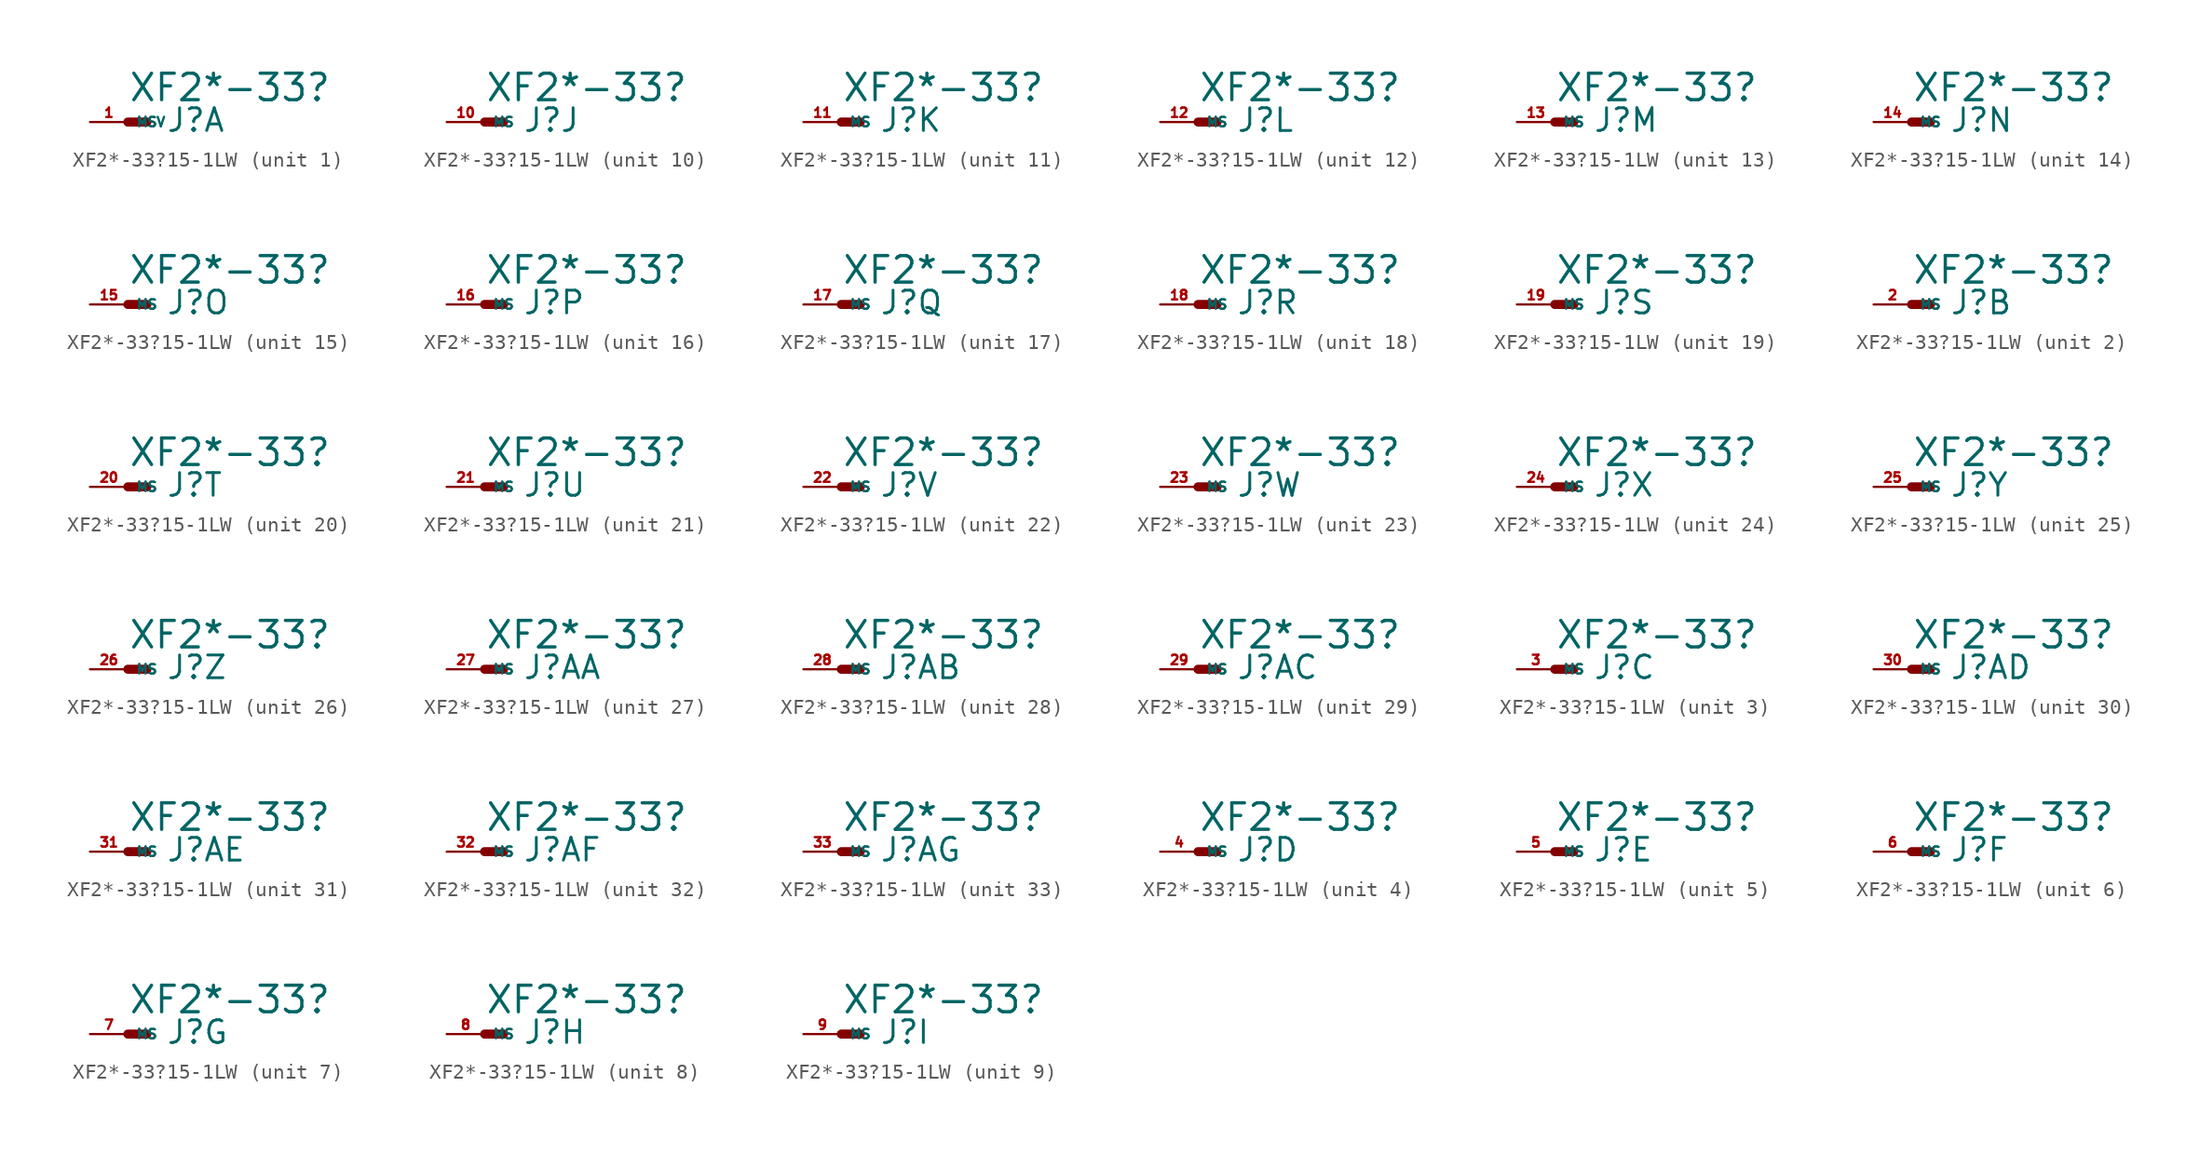
<source format=kicad_sym>
(kicad_symbol_lib
  (version 20220914)
  (generator Eagle2Kicad)
  (symbol "XF2*-33?15-1LW"
    (property "Reference" "J"
      (at 2.54 -0.762 0)
      (effects (font (size 1.524 1.524) (thickness 0.19)) (justify left bottom)))
    (property "Value" "XF2*-33?"
      (at 0 1.27 0)
      (effects (font (size 1.778 1.778) (thickness 0.22)) (justify left bottom)))
    (symbol "XF2*-33?15-1LW_1_0"
      (polyline (pts (xy 0 0) (xy 1.27 0)) (stroke (width 0.61) (type default)) (fill (type none)))
      (pin passive line (at -2.54 0 0) (length 2.54) (name "MSV" (effects (font (size 0.635 0.635) (thickness 0.08)) (justify left bottom))) (number "1" (effects (font (size 0.635 0.635) (thickness 0.08)) (justify left bottom)))))
    (symbol "XF2*-33?15-1LW_2_0"
      (polyline (pts (xy 0 0) (xy 1.27 0)) (stroke (width 0.61) (type default)) (fill (type none)))
      (pin passive line (at -2.54 0 0) (length 2.54) (name "MS" (effects (font (size 0.635 0.635) (thickness 0.08)) (justify left bottom))) (number "2" (effects (font (size 0.635 0.635) (thickness 0.08)) (justify left bottom)))))
    (symbol "XF2*-33?15-1LW_3_0"
      (polyline (pts (xy 0 0) (xy 1.27 0)) (stroke (width 0.61) (type default)) (fill (type none)))
      (pin passive line (at -2.54 0 0) (length 2.54) (name "MS" (effects (font (size 0.635 0.635) (thickness 0.08)) (justify left bottom))) (number "3" (effects (font (size 0.635 0.635) (thickness 0.08)) (justify left bottom)))))
    (symbol "XF2*-33?15-1LW_4_0"
      (polyline (pts (xy 0 0) (xy 1.27 0)) (stroke (width 0.61) (type default)) (fill (type none)))
      (pin passive line (at -2.54 0 0) (length 2.54) (name "MS" (effects (font (size 0.635 0.635) (thickness 0.08)) (justify left bottom))) (number "4" (effects (font (size 0.635 0.635) (thickness 0.08)) (justify left bottom)))))
    (symbol "XF2*-33?15-1LW_5_0"
      (polyline (pts (xy 0 0) (xy 1.27 0)) (stroke (width 0.61) (type default)) (fill (type none)))
      (pin passive line (at -2.54 0 0) (length 2.54) (name "MS" (effects (font (size 0.635 0.635) (thickness 0.08)) (justify left bottom))) (number "5" (effects (font (size 0.635 0.635) (thickness 0.08)) (justify left bottom)))))
    (symbol "XF2*-33?15-1LW_6_0"
      (polyline (pts (xy 0 0) (xy 1.27 0)) (stroke (width 0.61) (type default)) (fill (type none)))
      (pin passive line (at -2.54 0 0) (length 2.54) (name "MS" (effects (font (size 0.635 0.635) (thickness 0.08)) (justify left bottom))) (number "6" (effects (font (size 0.635 0.635) (thickness 0.08)) (justify left bottom)))))
    (symbol "XF2*-33?15-1LW_7_0"
      (polyline (pts (xy 0 0) (xy 1.27 0)) (stroke (width 0.61) (type default)) (fill (type none)))
      (pin passive line (at -2.54 0 0) (length 2.54) (name "MS" (effects (font (size 0.635 0.635) (thickness 0.08)) (justify left bottom))) (number "7" (effects (font (size 0.635 0.635) (thickness 0.08)) (justify left bottom)))))
    (symbol "XF2*-33?15-1LW_8_0"
      (polyline (pts (xy 0 0) (xy 1.27 0)) (stroke (width 0.61) (type default)) (fill (type none)))
      (pin passive line (at -2.54 0 0) (length 2.54) (name "MS" (effects (font (size 0.635 0.635) (thickness 0.08)) (justify left bottom))) (number "8" (effects (font (size 0.635 0.635) (thickness 0.08)) (justify left bottom)))))
    (symbol "XF2*-33?15-1LW_9_0"
      (polyline (pts (xy 0 0) (xy 1.27 0)) (stroke (width 0.61) (type default)) (fill (type none)))
      (pin passive line (at -2.54 0 0) (length 2.54) (name "MS" (effects (font (size 0.635 0.635) (thickness 0.08)) (justify left bottom))) (number "9" (effects (font (size 0.635 0.635) (thickness 0.08)) (justify left bottom)))))
    (symbol "XF2*-33?15-1LW_10_0"
      (polyline (pts (xy 0 0) (xy 1.27 0)) (stroke (width 0.61) (type default)) (fill (type none)))
      (pin passive line (at -2.54 0 0) (length 2.54) (name "MS" (effects (font (size 0.635 0.635) (thickness 0.08)) (justify left bottom))) (number "10" (effects (font (size 0.635 0.635) (thickness 0.08)) (justify left bottom)))))
    (symbol "XF2*-33?15-1LW_11_0"
      (polyline (pts (xy 0 0) (xy 1.27 0)) (stroke (width 0.61) (type default)) (fill (type none)))
      (pin passive line (at -2.54 0 0) (length 2.54) (name "MS" (effects (font (size 0.635 0.635) (thickness 0.08)) (justify left bottom))) (number "11" (effects (font (size 0.635 0.635) (thickness 0.08)) (justify left bottom)))))
    (symbol "XF2*-33?15-1LW_12_0"
      (polyline (pts (xy 0 0) (xy 1.27 0)) (stroke (width 0.61) (type default)) (fill (type none)))
      (pin passive line (at -2.54 0 0) (length 2.54) (name "MS" (effects (font (size 0.635 0.635) (thickness 0.08)) (justify left bottom))) (number "12" (effects (font (size 0.635 0.635) (thickness 0.08)) (justify left bottom)))))
    (symbol "XF2*-33?15-1LW_13_0"
      (polyline (pts (xy 0 0) (xy 1.27 0)) (stroke (width 0.61) (type default)) (fill (type none)))
      (pin passive line (at -2.54 0 0) (length 2.54) (name "MS" (effects (font (size 0.635 0.635) (thickness 0.08)) (justify left bottom))) (number "13" (effects (font (size 0.635 0.635) (thickness 0.08)) (justify left bottom)))))
    (symbol "XF2*-33?15-1LW_14_0"
      (polyline (pts (xy 0 0) (xy 1.27 0)) (stroke (width 0.61) (type default)) (fill (type none)))
      (pin passive line (at -2.54 0 0) (length 2.54) (name "MS" (effects (font (size 0.635 0.635) (thickness 0.08)) (justify left bottom))) (number "14" (effects (font (size 0.635 0.635) (thickness 0.08)) (justify left bottom)))))
    (symbol "XF2*-33?15-1LW_15_0"
      (polyline (pts (xy 0 0) (xy 1.27 0)) (stroke (width 0.61) (type default)) (fill (type none)))
      (pin passive line (at -2.54 0 0) (length 2.54) (name "MS" (effects (font (size 0.635 0.635) (thickness 0.08)) (justify left bottom))) (number "15" (effects (font (size 0.635 0.635) (thickness 0.08)) (justify left bottom)))))
    (symbol "XF2*-33?15-1LW_16_0"
      (polyline (pts (xy 0 0) (xy 1.27 0)) (stroke (width 0.61) (type default)) (fill (type none)))
      (pin passive line (at -2.54 0 0) (length 2.54) (name "MS" (effects (font (size 0.635 0.635) (thickness 0.08)) (justify left bottom))) (number "16" (effects (font (size 0.635 0.635) (thickness 0.08)) (justify left bottom)))))
    (symbol "XF2*-33?15-1LW_17_0"
      (polyline (pts (xy 0 0) (xy 1.27 0)) (stroke (width 0.61) (type default)) (fill (type none)))
      (pin passive line (at -2.54 0 0) (length 2.54) (name "MS" (effects (font (size 0.635 0.635) (thickness 0.08)) (justify left bottom))) (number "17" (effects (font (size 0.635 0.635) (thickness 0.08)) (justify left bottom)))))
    (symbol "XF2*-33?15-1LW_18_0"
      (polyline (pts (xy 0 0) (xy 1.27 0)) (stroke (width 0.61) (type default)) (fill (type none)))
      (pin passive line (at -2.54 0 0) (length 2.54) (name "MS" (effects (font (size 0.635 0.635) (thickness 0.08)) (justify left bottom))) (number "18" (effects (font (size 0.635 0.635) (thickness 0.08)) (justify left bottom)))))
    (symbol "XF2*-33?15-1LW_19_0"
      (polyline (pts (xy 0 0) (xy 1.27 0)) (stroke (width 0.61) (type default)) (fill (type none)))
      (pin passive line (at -2.54 0 0) (length 2.54) (name "MS" (effects (font (size 0.635 0.635) (thickness 0.08)) (justify left bottom))) (number "19" (effects (font (size 0.635 0.635) (thickness 0.08)) (justify left bottom)))))
    (symbol "XF2*-33?15-1LW_20_0"
      (polyline (pts (xy 0 0) (xy 1.27 0)) (stroke (width 0.61) (type default)) (fill (type none)))
      (pin passive line (at -2.54 0 0) (length 2.54) (name "MS" (effects (font (size 0.635 0.635) (thickness 0.08)) (justify left bottom))) (number "20" (effects (font (size 0.635 0.635) (thickness 0.08)) (justify left bottom)))))
    (symbol "XF2*-33?15-1LW_21_0"
      (polyline (pts (xy 0 0) (xy 1.27 0)) (stroke (width 0.61) (type default)) (fill (type none)))
      (pin passive line (at -2.54 0 0) (length 2.54) (name "MS" (effects (font (size 0.635 0.635) (thickness 0.08)) (justify left bottom))) (number "21" (effects (font (size 0.635 0.635) (thickness 0.08)) (justify left bottom)))))
    (symbol "XF2*-33?15-1LW_22_0"
      (polyline (pts (xy 0 0) (xy 1.27 0)) (stroke (width 0.61) (type default)) (fill (type none)))
      (pin passive line (at -2.54 0 0) (length 2.54) (name "MS" (effects (font (size 0.635 0.635) (thickness 0.08)) (justify left bottom))) (number "22" (effects (font (size 0.635 0.635) (thickness 0.08)) (justify left bottom)))))
    (symbol "XF2*-33?15-1LW_23_0"
      (polyline (pts (xy 0 0) (xy 1.27 0)) (stroke (width 0.61) (type default)) (fill (type none)))
      (pin passive line (at -2.54 0 0) (length 2.54) (name "MS" (effects (font (size 0.635 0.635) (thickness 0.08)) (justify left bottom))) (number "23" (effects (font (size 0.635 0.635) (thickness 0.08)) (justify left bottom)))))
    (symbol "XF2*-33?15-1LW_24_0"
      (polyline (pts (xy 0 0) (xy 1.27 0)) (stroke (width 0.61) (type default)) (fill (type none)))
      (pin passive line (at -2.54 0 0) (length 2.54) (name "MS" (effects (font (size 0.635 0.635) (thickness 0.08)) (justify left bottom))) (number "24" (effects (font (size 0.635 0.635) (thickness 0.08)) (justify left bottom)))))
    (symbol "XF2*-33?15-1LW_25_0"
      (polyline (pts (xy 0 0) (xy 1.27 0)) (stroke (width 0.61) (type default)) (fill (type none)))
      (pin passive line (at -2.54 0 0) (length 2.54) (name "MS" (effects (font (size 0.635 0.635) (thickness 0.08)) (justify left bottom))) (number "25" (effects (font (size 0.635 0.635) (thickness 0.08)) (justify left bottom)))))
    (symbol "XF2*-33?15-1LW_26_0"
      (polyline (pts (xy 0 0) (xy 1.27 0)) (stroke (width 0.61) (type default)) (fill (type none)))
      (pin passive line (at -2.54 0 0) (length 2.54) (name "MS" (effects (font (size 0.635 0.635) (thickness 0.08)) (justify left bottom))) (number "26" (effects (font (size 0.635 0.635) (thickness 0.08)) (justify left bottom)))))
    (symbol "XF2*-33?15-1LW_27_0"
      (polyline (pts (xy 0 0) (xy 1.27 0)) (stroke (width 0.61) (type default)) (fill (type none)))
      (pin passive line (at -2.54 0 0) (length 2.54) (name "MS" (effects (font (size 0.635 0.635) (thickness 0.08)) (justify left bottom))) (number "27" (effects (font (size 0.635 0.635) (thickness 0.08)) (justify left bottom)))))
    (symbol "XF2*-33?15-1LW_28_0"
      (polyline (pts (xy 0 0) (xy 1.27 0)) (stroke (width 0.61) (type default)) (fill (type none)))
      (pin passive line (at -2.54 0 0) (length 2.54) (name "MS" (effects (font (size 0.635 0.635) (thickness 0.08)) (justify left bottom))) (number "28" (effects (font (size 0.635 0.635) (thickness 0.08)) (justify left bottom)))))
    (symbol "XF2*-33?15-1LW_29_0"
      (polyline (pts (xy 0 0) (xy 1.27 0)) (stroke (width 0.61) (type default)) (fill (type none)))
      (pin passive line (at -2.54 0 0) (length 2.54) (name "MS" (effects (font (size 0.635 0.635) (thickness 0.08)) (justify left bottom))) (number "29" (effects (font (size 0.635 0.635) (thickness 0.08)) (justify left bottom)))))
    (symbol "XF2*-33?15-1LW_30_0"
      (polyline (pts (xy 0 0) (xy 1.27 0)) (stroke (width 0.61) (type default)) (fill (type none)))
      (pin passive line (at -2.54 0 0) (length 2.54) (name "MS" (effects (font (size 0.635 0.635) (thickness 0.08)) (justify left bottom))) (number "30" (effects (font (size 0.635 0.635) (thickness 0.08)) (justify left bottom)))))
    (symbol "XF2*-33?15-1LW_31_0"
      (polyline (pts (xy 0 0) (xy 1.27 0)) (stroke (width 0.61) (type default)) (fill (type none)))
      (pin passive line (at -2.54 0 0) (length 2.54) (name "MS" (effects (font (size 0.635 0.635) (thickness 0.08)) (justify left bottom))) (number "31" (effects (font (size 0.635 0.635) (thickness 0.08)) (justify left bottom)))))
    (symbol "XF2*-33?15-1LW_32_0"
      (polyline (pts (xy 0 0) (xy 1.27 0)) (stroke (width 0.61) (type default)) (fill (type none)))
      (pin passive line (at -2.54 0 0) (length 2.54) (name "MS" (effects (font (size 0.635 0.635) (thickness 0.08)) (justify left bottom))) (number "32" (effects (font (size 0.635 0.635) (thickness 0.08)) (justify left bottom)))))
    (symbol "XF2*-33?15-1LW_33_0"
      (polyline (pts (xy 0 0) (xy 1.27 0)) (stroke (width 0.61) (type default)) (fill (type none)))
      (pin passive line (at -2.54 0 0) (length 2.54) (name "MS" (effects (font (size 0.635 0.635) (thickness 0.08)) (justify left bottom))) (number "33" (effects (font (size 0.635 0.635) (thickness 0.08)) (justify left bottom)))))))
</source>
